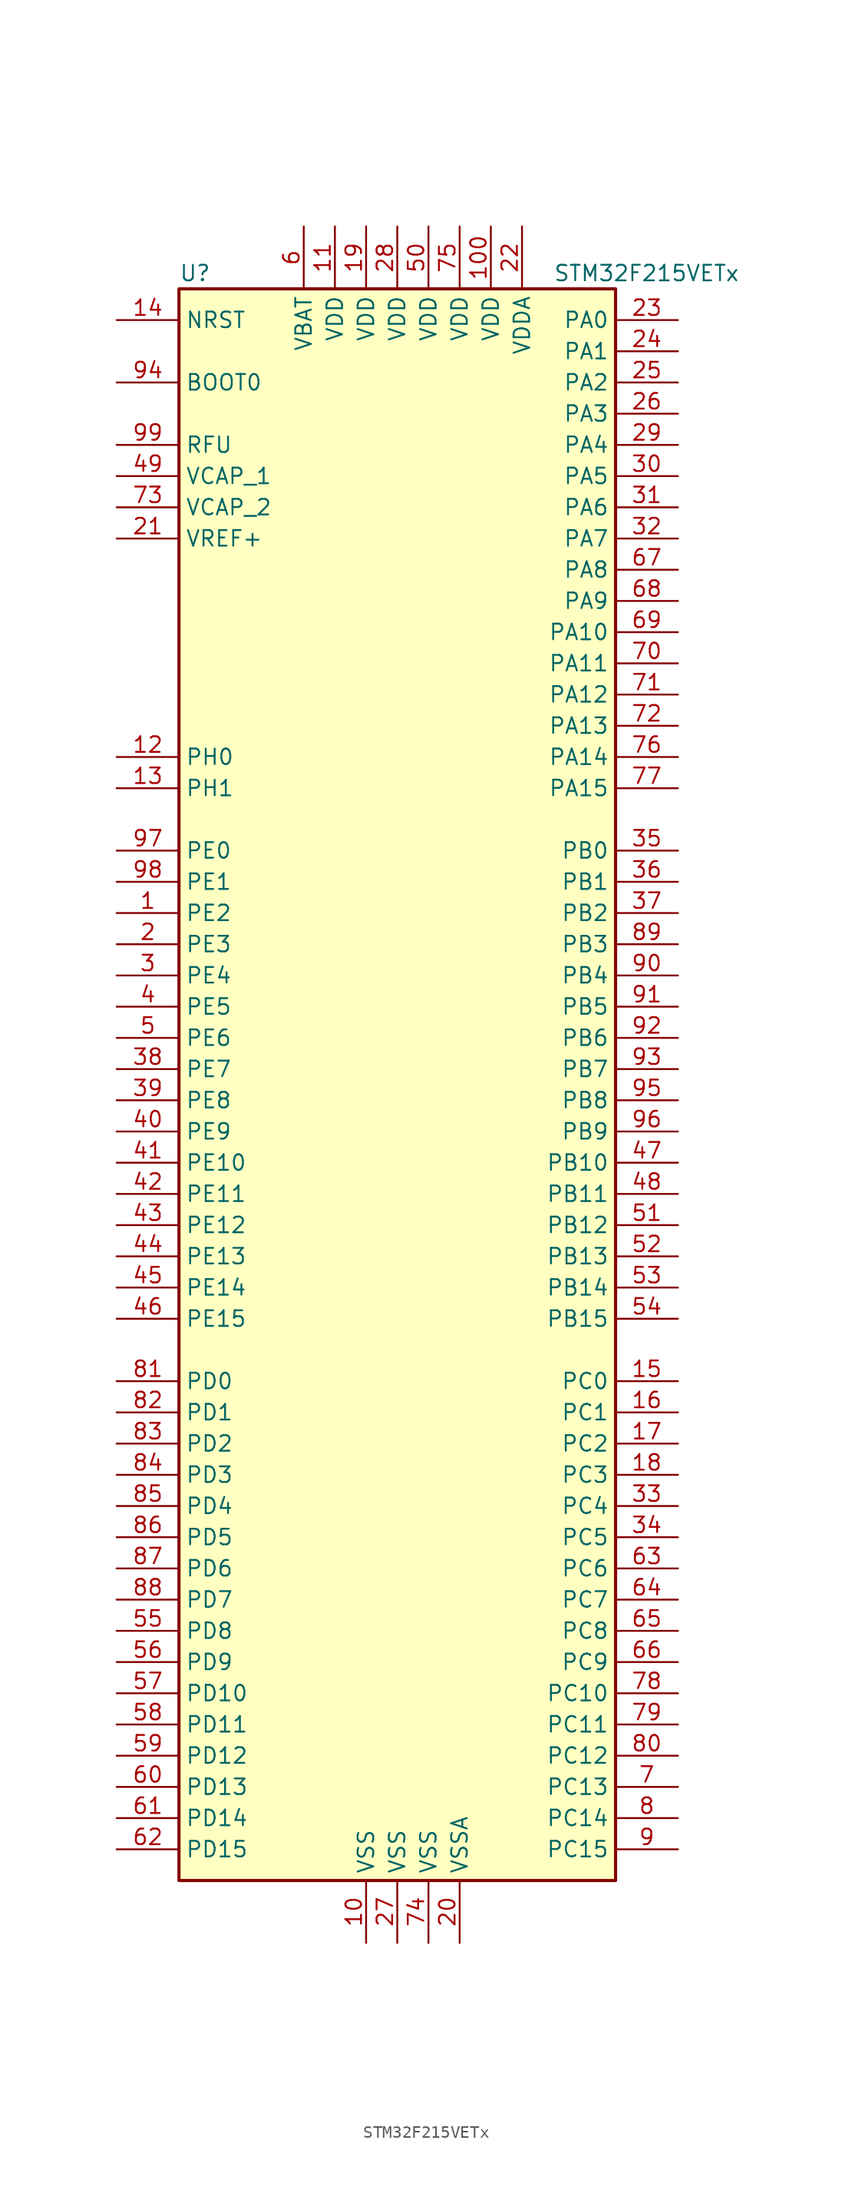
<source format=kicad_sym>
(kicad_symbol_lib
  (version 20201005)
  (generator kicad_symbol_editor)
  (symbol "STM32F215VETx"
    (property "Reference" "U"
      (at -17.78 64.77 0)
      (effects (font (size 1.27 1.27)) (justify left)))
    (property "Value" "STM32F215VETx"
      (at 12.7 64.77 0)
      (effects (font (size 1.27 1.27)) (justify left)))
    (symbol "STM32F215VETx_0_1"
      (rectangle (start -17.78 -66.04) (end 17.78 63.5) (stroke (width 0.254)) (fill (type background))))
    (symbol "STM32F215VETx_1_1"
      (pin input line (at -22.86 55.88 0) (length 5.08) (name "BOOT0" (effects (font (size 1.27 1.27)))) (number "94" (effects (font (size 1.27 1.27)))))
      (pin input line (at -22.86 60.96 0) (length 5.08) (name "NRST" (effects (font (size 1.27 1.27)))) (number "14" (effects (font (size 1.27 1.27)))))
      (pin bidirectional line (at 22.86 60.96 180) (length 5.08) (name "PA0" (effects (font (size 1.27 1.27)))) (number "23" (effects (font (size 1.27 1.27)))))
      (pin bidirectional line (at 22.86 58.42 180) (length 5.08) (name "PA1" (effects (font (size 1.27 1.27)))) (number "24" (effects (font (size 1.27 1.27)))))
      (pin bidirectional line (at 22.86 35.56 180) (length 5.08) (name "PA10" (effects (font (size 1.27 1.27)))) (number "69" (effects (font (size 1.27 1.27)))))
      (pin bidirectional line (at 22.86 33.02 180) (length 5.08) (name "PA11" (effects (font (size 1.27 1.27)))) (number "70" (effects (font (size 1.27 1.27)))))
      (pin bidirectional line (at 22.86 30.48 180) (length 5.08) (name "PA12" (effects (font (size 1.27 1.27)))) (number "71" (effects (font (size 1.27 1.27)))))
      (pin bidirectional line (at 22.86 27.94 180) (length 5.08) (name "PA13" (effects (font (size 1.27 1.27)))) (number "72" (effects (font (size 1.27 1.27)))))
      (pin bidirectional line (at 22.86 25.4 180) (length 5.08) (name "PA14" (effects (font (size 1.27 1.27)))) (number "76" (effects (font (size 1.27 1.27)))))
      (pin bidirectional line (at 22.86 22.86 180) (length 5.08) (name "PA15" (effects (font (size 1.27 1.27)))) (number "77" (effects (font (size 1.27 1.27)))))
      (pin bidirectional line (at 22.86 55.88 180) (length 5.08) (name "PA2" (effects (font (size 1.27 1.27)))) (number "25" (effects (font (size 1.27 1.27)))))
      (pin bidirectional line (at 22.86 53.34 180) (length 5.08) (name "PA3" (effects (font (size 1.27 1.27)))) (number "26" (effects (font (size 1.27 1.27)))))
      (pin bidirectional line (at 22.86 50.8 180) (length 5.08) (name "PA4" (effects (font (size 1.27 1.27)))) (number "29" (effects (font (size 1.27 1.27)))))
      (pin bidirectional line (at 22.86 48.26 180) (length 5.08) (name "PA5" (effects (font (size 1.27 1.27)))) (number "30" (effects (font (size 1.27 1.27)))))
      (pin bidirectional line (at 22.86 45.72 180) (length 5.08) (name "PA6" (effects (font (size 1.27 1.27)))) (number "31" (effects (font (size 1.27 1.27)))))
      (pin bidirectional line (at 22.86 43.18 180) (length 5.08) (name "PA7" (effects (font (size 1.27 1.27)))) (number "32" (effects (font (size 1.27 1.27)))))
      (pin bidirectional line (at 22.86 40.64 180) (length 5.08) (name "PA8" (effects (font (size 1.27 1.27)))) (number "67" (effects (font (size 1.27 1.27)))))
      (pin bidirectional line (at 22.86 38.1 180) (length 5.08) (name "PA9" (effects (font (size 1.27 1.27)))) (number "68" (effects (font (size 1.27 1.27)))))
      (pin bidirectional line (at 22.86 17.78 180) (length 5.08) (name "PB0" (effects (font (size 1.27 1.27)))) (number "35" (effects (font (size 1.27 1.27)))))
      (pin bidirectional line (at 22.86 15.24 180) (length 5.08) (name "PB1" (effects (font (size 1.27 1.27)))) (number "36" (effects (font (size 1.27 1.27)))))
      (pin bidirectional line (at 22.86 -7.62 180) (length 5.08) (name "PB10" (effects (font (size 1.27 1.27)))) (number "47" (effects (font (size 1.27 1.27)))))
      (pin bidirectional line (at 22.86 -10.16 180) (length 5.08) (name "PB11" (effects (font (size 1.27 1.27)))) (number "48" (effects (font (size 1.27 1.27)))))
      (pin bidirectional line (at 22.86 -12.7 180) (length 5.08) (name "PB12" (effects (font (size 1.27 1.27)))) (number "51" (effects (font (size 1.27 1.27)))))
      (pin bidirectional line (at 22.86 -15.24 180) (length 5.08) (name "PB13" (effects (font (size 1.27 1.27)))) (number "52" (effects (font (size 1.27 1.27)))))
      (pin bidirectional line (at 22.86 -17.78 180) (length 5.08) (name "PB14" (effects (font (size 1.27 1.27)))) (number "53" (effects (font (size 1.27 1.27)))))
      (pin bidirectional line (at 22.86 -20.32 180) (length 5.08) (name "PB15" (effects (font (size 1.27 1.27)))) (number "54" (effects (font (size 1.27 1.27)))))
      (pin bidirectional line (at 22.86 12.7 180) (length 5.08) (name "PB2" (effects (font (size 1.27 1.27)))) (number "37" (effects (font (size 1.27 1.27)))))
      (pin bidirectional line (at 22.86 10.16 180) (length 5.08) (name "PB3" (effects (font (size 1.27 1.27)))) (number "89" (effects (font (size 1.27 1.27)))))
      (pin bidirectional line (at 22.86 7.62 180) (length 5.08) (name "PB4" (effects (font (size 1.27 1.27)))) (number "90" (effects (font (size 1.27 1.27)))))
      (pin bidirectional line (at 22.86 5.08 180) (length 5.08) (name "PB5" (effects (font (size 1.27 1.27)))) (number "91" (effects (font (size 1.27 1.27)))))
      (pin bidirectional line (at 22.86 2.54 180) (length 5.08) (name "PB6" (effects (font (size 1.27 1.27)))) (number "92" (effects (font (size 1.27 1.27)))))
      (pin bidirectional line (at 22.86 0 180) (length 5.08) (name "PB7" (effects (font (size 1.27 1.27)))) (number "93" (effects (font (size 1.27 1.27)))))
      (pin bidirectional line (at 22.86 -2.54 180) (length 5.08) (name "PB8" (effects (font (size 1.27 1.27)))) (number "95" (effects (font (size 1.27 1.27)))))
      (pin bidirectional line (at 22.86 -5.08 180) (length 5.08) (name "PB9" (effects (font (size 1.27 1.27)))) (number "96" (effects (font (size 1.27 1.27)))))
      (pin bidirectional line (at 22.86 -25.4 180) (length 5.08) (name "PC0" (effects (font (size 1.27 1.27)))) (number "15" (effects (font (size 1.27 1.27)))))
      (pin bidirectional line (at 22.86 -27.94 180) (length 5.08) (name "PC1" (effects (font (size 1.27 1.27)))) (number "16" (effects (font (size 1.27 1.27)))))
      (pin bidirectional line (at 22.86 -50.8 180) (length 5.08) (name "PC10" (effects (font (size 1.27 1.27)))) (number "78" (effects (font (size 1.27 1.27)))))
      (pin bidirectional line (at 22.86 -53.34 180) (length 5.08) (name "PC11" (effects (font (size 1.27 1.27)))) (number "79" (effects (font (size 1.27 1.27)))))
      (pin bidirectional line (at 22.86 -55.88 180) (length 5.08) (name "PC12" (effects (font (size 1.27 1.27)))) (number "80" (effects (font (size 1.27 1.27)))))
      (pin bidirectional line (at 22.86 -58.42 180) (length 5.08) (name "PC13" (effects (font (size 1.27 1.27)))) (number "7" (effects (font (size 1.27 1.27)))))
      (pin bidirectional line (at 22.86 -60.96 180) (length 5.08) (name "PC14" (effects (font (size 1.27 1.27)))) (number "8" (effects (font (size 1.27 1.27)))))
      (pin bidirectional line (at 22.86 -63.5 180) (length 5.08) (name "PC15" (effects (font (size 1.27 1.27)))) (number "9" (effects (font (size 1.27 1.27)))))
      (pin bidirectional line (at 22.86 -30.48 180) (length 5.08) (name "PC2" (effects (font (size 1.27 1.27)))) (number "17" (effects (font (size 1.27 1.27)))))
      (pin bidirectional line (at 22.86 -33.02 180) (length 5.08) (name "PC3" (effects (font (size 1.27 1.27)))) (number "18" (effects (font (size 1.27 1.27)))))
      (pin bidirectional line (at 22.86 -35.56 180) (length 5.08) (name "PC4" (effects (font (size 1.27 1.27)))) (number "33" (effects (font (size 1.27 1.27)))))
      (pin bidirectional line (at 22.86 -38.1 180) (length 5.08) (name "PC5" (effects (font (size 1.27 1.27)))) (number "34" (effects (font (size 1.27 1.27)))))
      (pin bidirectional line (at 22.86 -40.64 180) (length 5.08) (name "PC6" (effects (font (size 1.27 1.27)))) (number "63" (effects (font (size 1.27 1.27)))))
      (pin bidirectional line (at 22.86 -43.18 180) (length 5.08) (name "PC7" (effects (font (size 1.27 1.27)))) (number "64" (effects (font (size 1.27 1.27)))))
      (pin bidirectional line (at 22.86 -45.72 180) (length 5.08) (name "PC8" (effects (font (size 1.27 1.27)))) (number "65" (effects (font (size 1.27 1.27)))))
      (pin bidirectional line (at 22.86 -48.26 180) (length 5.08) (name "PC9" (effects (font (size 1.27 1.27)))) (number "66" (effects (font (size 1.27 1.27)))))
      (pin bidirectional line (at -22.86 -25.4 0) (length 5.08) (name "PD0" (effects (font (size 1.27 1.27)))) (number "81" (effects (font (size 1.27 1.27)))))
      (pin bidirectional line (at -22.86 -27.94 0) (length 5.08) (name "PD1" (effects (font (size 1.27 1.27)))) (number "82" (effects (font (size 1.27 1.27)))))
      (pin bidirectional line (at -22.86 -50.8 0) (length 5.08) (name "PD10" (effects (font (size 1.27 1.27)))) (number "57" (effects (font (size 1.27 1.27)))))
      (pin bidirectional line (at -22.86 -53.34 0) (length 5.08) (name "PD11" (effects (font (size 1.27 1.27)))) (number "58" (effects (font (size 1.27 1.27)))))
      (pin bidirectional line (at -22.86 -55.88 0) (length 5.08) (name "PD12" (effects (font (size 1.27 1.27)))) (number "59" (effects (font (size 1.27 1.27)))))
      (pin bidirectional line (at -22.86 -58.42 0) (length 5.08) (name "PD13" (effects (font (size 1.27 1.27)))) (number "60" (effects (font (size 1.27 1.27)))))
      (pin bidirectional line (at -22.86 -60.96 0) (length 5.08) (name "PD14" (effects (font (size 1.27 1.27)))) (number "61" (effects (font (size 1.27 1.27)))))
      (pin bidirectional line (at -22.86 -63.5 0) (length 5.08) (name "PD15" (effects (font (size 1.27 1.27)))) (number "62" (effects (font (size 1.27 1.27)))))
      (pin bidirectional line (at -22.86 -30.48 0) (length 5.08) (name "PD2" (effects (font (size 1.27 1.27)))) (number "83" (effects (font (size 1.27 1.27)))))
      (pin bidirectional line (at -22.86 -33.02 0) (length 5.08) (name "PD3" (effects (font (size 1.27 1.27)))) (number "84" (effects (font (size 1.27 1.27)))))
      (pin bidirectional line (at -22.86 -35.56 0) (length 5.08) (name "PD4" (effects (font (size 1.27 1.27)))) (number "85" (effects (font (size 1.27 1.27)))))
      (pin bidirectional line (at -22.86 -38.1 0) (length 5.08) (name "PD5" (effects (font (size 1.27 1.27)))) (number "86" (effects (font (size 1.27 1.27)))))
      (pin bidirectional line (at -22.86 -40.64 0) (length 5.08) (name "PD6" (effects (font (size 1.27 1.27)))) (number "87" (effects (font (size 1.27 1.27)))))
      (pin bidirectional line (at -22.86 -43.18 0) (length 5.08) (name "PD7" (effects (font (size 1.27 1.27)))) (number "88" (effects (font (size 1.27 1.27)))))
      (pin bidirectional line (at -22.86 -45.72 0) (length 5.08) (name "PD8" (effects (font (size 1.27 1.27)))) (number "55" (effects (font (size 1.27 1.27)))))
      (pin bidirectional line (at -22.86 -48.26 0) (length 5.08) (name "PD9" (effects (font (size 1.27 1.27)))) (number "56" (effects (font (size 1.27 1.27)))))
      (pin bidirectional line (at -22.86 17.78 0) (length 5.08) (name "PE0" (effects (font (size 1.27 1.27)))) (number "97" (effects (font (size 1.27 1.27)))))
      (pin bidirectional line (at -22.86 15.24 0) (length 5.08) (name "PE1" (effects (font (size 1.27 1.27)))) (number "98" (effects (font (size 1.27 1.27)))))
      (pin bidirectional line (at -22.86 -7.62 0) (length 5.08) (name "PE10" (effects (font (size 1.27 1.27)))) (number "41" (effects (font (size 1.27 1.27)))))
      (pin bidirectional line (at -22.86 -10.16 0) (length 5.08) (name "PE11" (effects (font (size 1.27 1.27)))) (number "42" (effects (font (size 1.27 1.27)))))
      (pin bidirectional line (at -22.86 -12.7 0) (length 5.08) (name "PE12" (effects (font (size 1.27 1.27)))) (number "43" (effects (font (size 1.27 1.27)))))
      (pin bidirectional line (at -22.86 -15.24 0) (length 5.08) (name "PE13" (effects (font (size 1.27 1.27)))) (number "44" (effects (font (size 1.27 1.27)))))
      (pin bidirectional line (at -22.86 -17.78 0) (length 5.08) (name "PE14" (effects (font (size 1.27 1.27)))) (number "45" (effects (font (size 1.27 1.27)))))
      (pin bidirectional line (at -22.86 -20.32 0) (length 5.08) (name "PE15" (effects (font (size 1.27 1.27)))) (number "46" (effects (font (size 1.27 1.27)))))
      (pin bidirectional line (at -22.86 12.7 0) (length 5.08) (name "PE2" (effects (font (size 1.27 1.27)))) (number "1" (effects (font (size 1.27 1.27)))))
      (pin bidirectional line (at -22.86 10.16 0) (length 5.08) (name "PE3" (effects (font (size 1.27 1.27)))) (number "2" (effects (font (size 1.27 1.27)))))
      (pin bidirectional line (at -22.86 7.62 0) (length 5.08) (name "PE4" (effects (font (size 1.27 1.27)))) (number "3" (effects (font (size 1.27 1.27)))))
      (pin bidirectional line (at -22.86 5.08 0) (length 5.08) (name "PE5" (effects (font (size 1.27 1.27)))) (number "4" (effects (font (size 1.27 1.27)))))
      (pin bidirectional line (at -22.86 2.54 0) (length 5.08) (name "PE6" (effects (font (size 1.27 1.27)))) (number "5" (effects (font (size 1.27 1.27)))))
      (pin bidirectional line (at -22.86 0 0) (length 5.08) (name "PE7" (effects (font (size 1.27 1.27)))) (number "38" (effects (font (size 1.27 1.27)))))
      (pin bidirectional line (at -22.86 -2.54 0) (length 5.08) (name "PE8" (effects (font (size 1.27 1.27)))) (number "39" (effects (font (size 1.27 1.27)))))
      (pin bidirectional line (at -22.86 -5.08 0) (length 5.08) (name "PE9" (effects (font (size 1.27 1.27)))) (number "40" (effects (font (size 1.27 1.27)))))
      (pin input line (at -22.86 25.4 0) (length 5.08) (name "PH0" (effects (font (size 1.27 1.27)))) (number "12" (effects (font (size 1.27 1.27)))))
      (pin input line (at -22.86 22.86 0) (length 5.08) (name "PH1" (effects (font (size 1.27 1.27)))) (number "13" (effects (font (size 1.27 1.27)))))
      (pin power_in line (at -22.86 50.8 0) (length 5.08) (name "RFU" (effects (font (size 1.27 1.27)))) (number "99" (effects (font (size 1.27 1.27)))))
      (pin power_in line (at -7.62 68.58 270) (length 5.08) (name "VBAT" (effects (font (size 1.27 1.27)))) (number "6" (effects (font (size 1.27 1.27)))))
      (pin power_in line (at -22.86 48.26 0) (length 5.08) (name "VCAP_1" (effects (font (size 1.27 1.27)))) (number "49" (effects (font (size 1.27 1.27)))))
      (pin power_in line (at -22.86 45.72 0) (length 5.08) (name "VCAP_2" (effects (font (size 1.27 1.27)))) (number "73" (effects (font (size 1.27 1.27)))))
      (pin power_in line (at 7.62 68.58 270) (length 5.08) (name "VDD" (effects (font (size 1.27 1.27)))) (number "100" (effects (font (size 1.27 1.27)))))
      (pin power_in line (at -5.08 68.58 270) (length 5.08) (name "VDD" (effects (font (size 1.27 1.27)))) (number "11" (effects (font (size 1.27 1.27)))))
      (pin power_in line (at -2.54 68.58 270) (length 5.08) (name "VDD" (effects (font (size 1.27 1.27)))) (number "19" (effects (font (size 1.27 1.27)))))
      (pin power_in line (at 0 68.58 270) (length 5.08) (name "VDD" (effects (font (size 1.27 1.27)))) (number "28" (effects (font (size 1.27 1.27)))))
      (pin power_in line (at 2.54 68.58 270) (length 5.08) (name "VDD" (effects (font (size 1.27 1.27)))) (number "50" (effects (font (size 1.27 1.27)))))
      (pin power_in line (at 5.08 68.58 270) (length 5.08) (name "VDD" (effects (font (size 1.27 1.27)))) (number "75" (effects (font (size 1.27 1.27)))))
      (pin power_in line (at 10.16 68.58 270) (length 5.08) (name "VDDA" (effects (font (size 1.27 1.27)))) (number "22" (effects (font (size 1.27 1.27)))))
      (pin power_in line (at -22.86 43.18 0) (length 5.08) (name "VREF+" (effects (font (size 1.27 1.27)))) (number "21" (effects (font (size 1.27 1.27)))))
      (pin power_in line (at -2.54 -71.12 90) (length 5.08) (name "VSS" (effects (font (size 1.27 1.27)))) (number "10" (effects (font (size 1.27 1.27)))))
      (pin power_in line (at 0 -71.12 90) (length 5.08) (name "VSS" (effects (font (size 1.27 1.27)))) (number "27" (effects (font (size 1.27 1.27)))))
      (pin power_in line (at 2.54 -71.12 90) (length 5.08) (name "VSS" (effects (font (size 1.27 1.27)))) (number "74" (effects (font (size 1.27 1.27)))))
      (pin power_in line (at 5.08 -71.12 90) (length 5.08) (name "VSSA" (effects (font (size 1.27 1.27)))) (number "20" (effects (font (size 1.27 1.27))))))))
</source>
